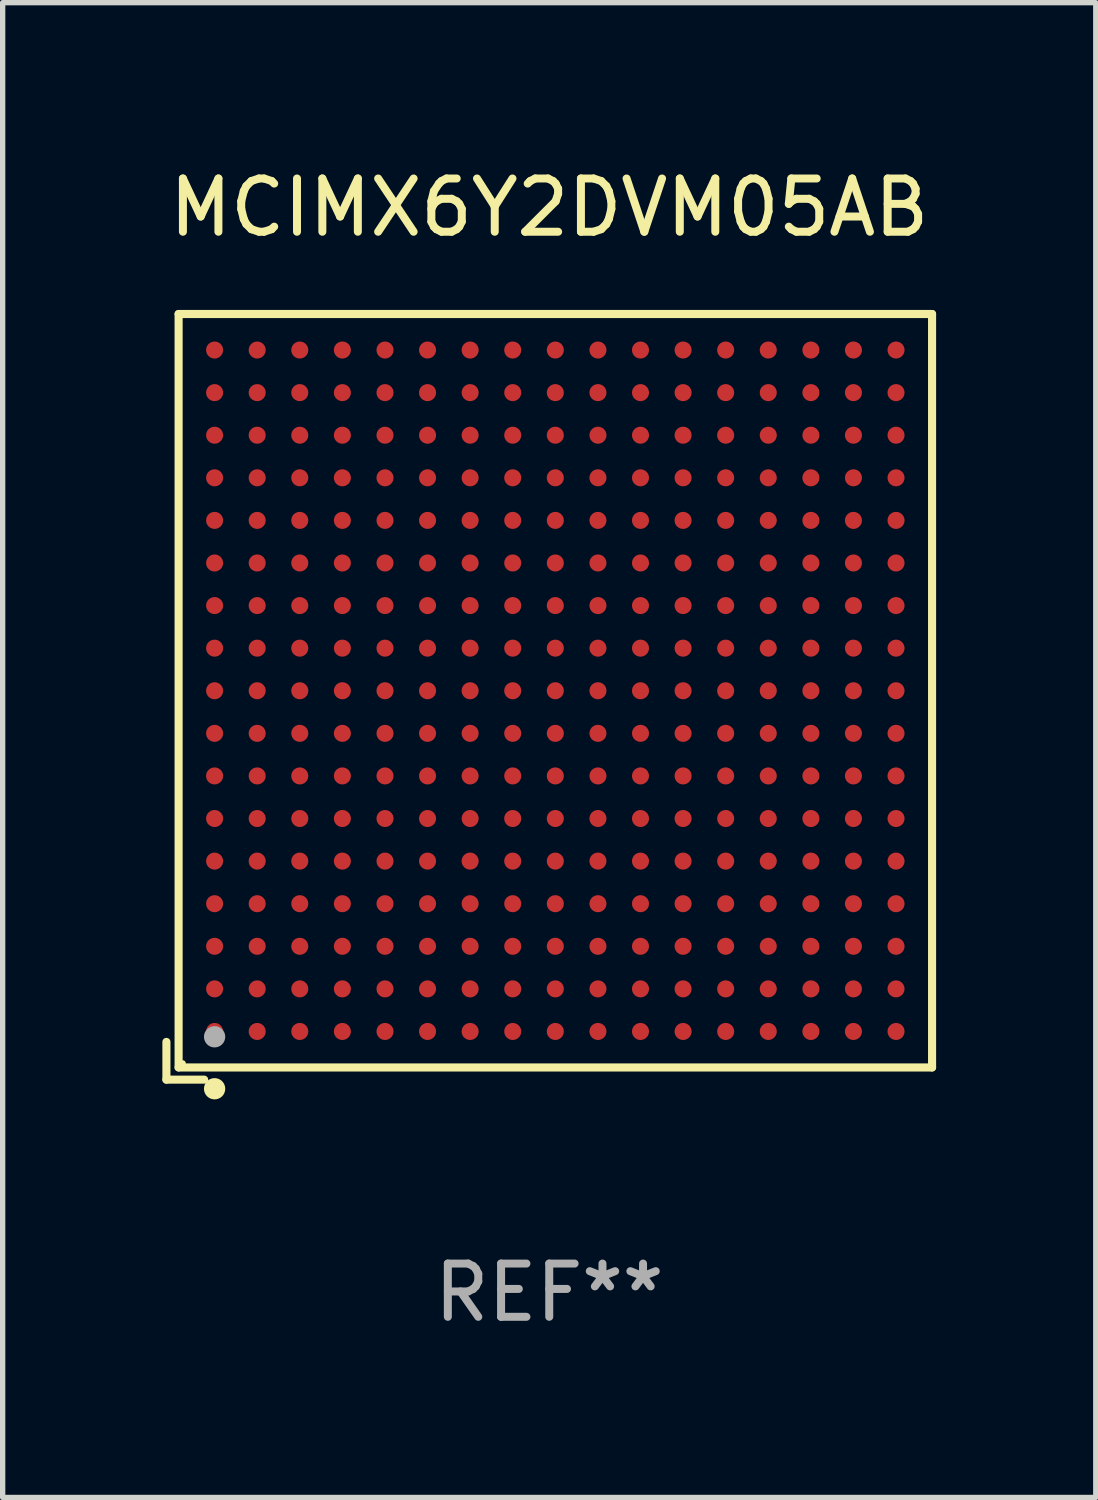
<source format=kicad_pcb>
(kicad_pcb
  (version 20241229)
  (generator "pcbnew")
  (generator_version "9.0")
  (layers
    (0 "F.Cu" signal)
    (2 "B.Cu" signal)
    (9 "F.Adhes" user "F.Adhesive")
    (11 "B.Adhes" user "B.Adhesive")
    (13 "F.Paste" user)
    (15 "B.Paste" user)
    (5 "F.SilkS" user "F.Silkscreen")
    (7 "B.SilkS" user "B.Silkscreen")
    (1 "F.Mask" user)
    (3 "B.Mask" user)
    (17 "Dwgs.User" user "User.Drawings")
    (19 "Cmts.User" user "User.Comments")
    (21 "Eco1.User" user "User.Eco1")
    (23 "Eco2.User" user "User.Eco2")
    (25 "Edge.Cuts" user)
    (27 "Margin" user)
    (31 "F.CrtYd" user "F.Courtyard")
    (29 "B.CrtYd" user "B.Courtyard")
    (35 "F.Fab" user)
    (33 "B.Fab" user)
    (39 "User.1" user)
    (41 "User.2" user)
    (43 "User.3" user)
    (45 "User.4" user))
  (footprint "MCIMX6Y2DVM05AB"
    (layer "F.Cu")
    (at 7.267 10.039)
    (property "Reference" "MCIMX6Y2DVM05AB" (at 0 -9.191 0) (layer "F.SilkS") (effects (font (size 1 1) (thickness 0.15))))
    (attr through_hole)
    (fp_line (start -7.191 6.482) (end -7.191 7.191) (stroke (width 0.152) (type solid)) (layer "F.SilkS"))
    (fp_line (start -7.191 7.191) (end -6.482 7.191) (stroke (width 0.152) (type solid)) (layer "F.SilkS"))
    (fp_line (start -6.962 -7.191) (end 7.191 -7.191) (stroke (width 0.152) (type solid)) (layer "F.SilkS"))
    (fp_line (start -6.962 6.962) (end -6.962 -7.191) (stroke (width 0.152) (type solid)) (layer "F.SilkS"))
    (fp_line (start 7.191 -7.191) (end 7.191 6.962) (stroke (width 0.152) (type solid)) (layer "F.SilkS"))
    (fp_line (start 7.191 6.962) (end -6.962 6.962) (stroke (width 0.152) (type solid)) (layer "F.SilkS"))
    (fp_circle (center -6.886 6.886) (end -6.856 6.886) (stroke (width 0.06) (type solid)) (fill no) (layer "F.SilkS"))
    (fp_circle (center -6.286 7.362) (end -6.186 7.362) (stroke (width 0.2) (type solid)) (fill no) (layer "F.SilkS"))
    (fp_circle (center -6.286 6.386) (end -6.186 6.386) (stroke (width 0.2) (type solid)) (fill no) (layer "F.Fab"))
    (fp_text user "REF**" (at 0 11.191 0) (layer "F.Fab") (effects (font (size 1 1) (thickness 0.15))))
    (pad "A1" smd circle (at -6.286 6.286) (size 0.32 0.32) (layers "F.Cu" "F.Mask" "F.Paste"))
    (pad "A2" smd circle (at -6.286 5.486) (size 0.32 0.32) (layers "F.Cu" "F.Mask" "F.Paste"))
    (pad "A3" smd circle (at -6.286 4.686) (size 0.32 0.32) (layers "F.Cu" "F.Mask" "F.Paste"))
    (pad "A4" smd circle (at -6.286 3.886) (size 0.32 0.32) (layers "F.Cu" "F.Mask" "F.Paste"))
    (pad "A5" smd circle (at -6.286 3.086) (size 0.32 0.32) (layers "F.Cu" "F.Mask" "F.Paste"))
    (pad "A6" smd circle (at -6.286 2.286) (size 0.32 0.32) (layers "F.Cu" "F.Mask" "F.Paste"))
    (pad "A7" smd circle (at -6.286 1.486) (size 0.32 0.32) (layers "F.Cu" "F.Mask" "F.Paste"))
    (pad "A8" smd circle (at -6.286 0.686) (size 0.32 0.32) (layers "F.Cu" "F.Mask" "F.Paste"))
    (pad "A9" smd circle (at -6.286 -0.114) (size 0.32 0.32) (layers "F.Cu" "F.Mask" "F.Paste"))
    (pad "A10" smd circle (at -6.286 -0.914) (size 0.32 0.32) (layers "F.Cu" "F.Mask" "F.Paste"))
    (pad "A11" smd circle (at -6.286 -1.714) (size 0.32 0.32) (layers "F.Cu" "F.Mask" "F.Paste"))
    (pad "A12" smd circle (at -6.286 -2.514) (size 0.32 0.32) (layers "F.Cu" "F.Mask" "F.Paste"))
    (pad "A13" smd circle (at -6.286 -3.314) (size 0.32 0.32) (layers "F.Cu" "F.Mask" "F.Paste"))
    (pad "A14" smd circle (at -6.286 -4.114) (size 0.32 0.32) (layers "F.Cu" "F.Mask" "F.Paste"))
    (pad "A15" smd circle (at -6.286 -4.914) (size 0.32 0.32) (layers "F.Cu" "F.Mask" "F.Paste"))
    (pad "A16" smd circle (at -6.286 -5.714) (size 0.32 0.32) (layers "F.Cu" "F.Mask" "F.Paste"))
    (pad "A17" smd circle (at -6.286 -6.514) (size 0.32 0.32) (layers "F.Cu" "F.Mask" "F.Paste"))
    (pad "B1" smd circle (at -5.486 6.286) (size 0.32 0.32) (layers "F.Cu" "F.Mask" "F.Paste"))
    (pad "B2" smd circle (at -5.486 5.486) (size 0.32 0.32) (layers "F.Cu" "F.Mask" "F.Paste"))
    (pad "B3" smd circle (at -5.486 4.686) (size 0.32 0.32) (layers "F.Cu" "F.Mask" "F.Paste"))
    (pad "B4" smd circle (at -5.486 3.886) (size 0.32 0.32) (layers "F.Cu" "F.Mask" "F.Paste"))
    (pad "B5" smd circle (at -5.486 3.086) (size 0.32 0.32) (layers "F.Cu" "F.Mask" "F.Paste"))
    (pad "B6" smd circle (at -5.486 2.286) (size 0.32 0.32) (layers "F.Cu" "F.Mask" "F.Paste"))
    (pad "B7" smd circle (at -5.486 1.486) (size 0.32 0.32) (layers "F.Cu" "F.Mask" "F.Paste"))
    (pad "B8" smd circle (at -5.486 0.686) (size 0.32 0.32) (layers "F.Cu" "F.Mask" "F.Paste"))
    (pad "B9" smd circle (at -5.486 -0.114) (size 0.32 0.32) (layers "F.Cu" "F.Mask" "F.Paste"))
    (pad "B10" smd circle (at -5.486 -0.914) (size 0.32 0.32) (layers "F.Cu" "F.Mask" "F.Paste"))
    (pad "B11" smd circle (at -5.486 -1.714) (size 0.32 0.32) (layers "F.Cu" "F.Mask" "F.Paste"))
    (pad "B12" smd circle (at -5.486 -2.514) (size 0.32 0.32) (layers "F.Cu" "F.Mask" "F.Paste"))
    (pad "B13" smd circle (at -5.486 -3.314) (size 0.32 0.32) (layers "F.Cu" "F.Mask" "F.Paste"))
    (pad "B14" smd circle (at -5.486 -4.114) (size 0.32 0.32) (layers "F.Cu" "F.Mask" "F.Paste"))
    (pad "B15" smd circle (at -5.486 -4.914) (size 0.32 0.32) (layers "F.Cu" "F.Mask" "F.Paste"))
    (pad "B16" smd circle (at -5.486 -5.714) (size 0.32 0.32) (layers "F.Cu" "F.Mask" "F.Paste"))
    (pad "B17" smd circle (at -5.486 -6.514) (size 0.32 0.32) (layers "F.Cu" "F.Mask" "F.Paste"))
    (pad "C1" smd circle (at -4.686 6.286) (size 0.32 0.32) (layers "F.Cu" "F.Mask" "F.Paste"))
    (pad "C2" smd circle (at -4.686 5.486) (size 0.32 0.32) (layers "F.Cu" "F.Mask" "F.Paste"))
    (pad "C3" smd circle (at -4.686 4.686) (size 0.32 0.32) (layers "F.Cu" "F.Mask" "F.Paste"))
    (pad "C4" smd circle (at -4.686 3.886) (size 0.32 0.32) (layers "F.Cu" "F.Mask" "F.Paste"))
    (pad "C5" smd circle (at -4.686 3.086) (size 0.32 0.32) (layers "F.Cu" "F.Mask" "F.Paste"))
    (pad "C6" smd circle (at -4.686 2.286) (size 0.32 0.32) (layers "F.Cu" "F.Mask" "F.Paste"))
    (pad "C7" smd circle (at -4.686 1.486) (size 0.32 0.32) (layers "F.Cu" "F.Mask" "F.Paste"))
    (pad "C8" smd circle (at -4.686 0.686) (size 0.32 0.32) (layers "F.Cu" "F.Mask" "F.Paste"))
    (pad "C9" smd circle (at -4.686 -0.114) (size 0.32 0.32) (layers "F.Cu" "F.Mask" "F.Paste"))
    (pad "C10" smd circle (at -4.686 -0.914) (size 0.32 0.32) (layers "F.Cu" "F.Mask" "F.Paste"))
    (pad "C11" smd circle (at -4.686 -1.714) (size 0.32 0.32) (layers "F.Cu" "F.Mask" "F.Paste"))
    (pad "C12" smd circle (at -4.686 -2.514) (size 0.32 0.32) (layers "F.Cu" "F.Mask" "F.Paste"))
    (pad "C13" smd circle (at -4.686 -3.314) (size 0.32 0.32) (layers "F.Cu" "F.Mask" "F.Paste"))
    (pad "C14" smd circle (at -4.686 -4.114) (size 0.32 0.32) (layers "F.Cu" "F.Mask" "F.Paste"))
    (pad "C15" smd circle (at -4.686 -4.914) (size 0.32 0.32) (layers "F.Cu" "F.Mask" "F.Paste"))
    (pad "C16" smd circle (at -4.686 -5.714) (size 0.32 0.32) (layers "F.Cu" "F.Mask" "F.Paste"))
    (pad "C17" smd circle (at -4.686 -6.514) (size 0.32 0.32) (layers "F.Cu" "F.Mask" "F.Paste"))
    (pad "D1" smd circle (at -3.886 6.286) (size 0.32 0.32) (layers "F.Cu" "F.Mask" "F.Paste"))
    (pad "D2" smd circle (at -3.886 5.486) (size 0.32 0.32) (layers "F.Cu" "F.Mask" "F.Paste"))
    (pad "D3" smd circle (at -3.886 4.686) (size 0.32 0.32) (layers "F.Cu" "F.Mask" "F.Paste"))
    (pad "D4" smd circle (at -3.886 3.886) (size 0.32 0.32) (layers "F.Cu" "F.Mask" "F.Paste"))
    (pad "D5" smd circle (at -3.886 3.086) (size 0.32 0.32) (layers "F.Cu" "F.Mask" "F.Paste"))
    (pad "D6" smd circle (at -3.886 2.286) (size 0.32 0.32) (layers "F.Cu" "F.Mask" "F.Paste"))
    (pad "D7" smd circle (at -3.886 1.486) (size 0.32 0.32) (layers "F.Cu" "F.Mask" "F.Paste"))
    (pad "D8" smd circle (at -3.886 0.686) (size 0.32 0.32) (layers "F.Cu" "F.Mask" "F.Paste"))
    (pad "D9" smd circle (at -3.886 -0.114) (size 0.32 0.32) (layers "F.Cu" "F.Mask" "F.Paste"))
    (pad "D10" smd circle (at -3.886 -0.914) (size 0.32 0.32) (layers "F.Cu" "F.Mask" "F.Paste"))
    (pad "D11" smd circle (at -3.886 -1.714) (size 0.32 0.32) (layers "F.Cu" "F.Mask" "F.Paste"))
    (pad "D12" smd circle (at -3.886 -2.514) (size 0.32 0.32) (layers "F.Cu" "F.Mask" "F.Paste"))
    (pad "D13" smd circle (at -3.886 -3.314) (size 0.32 0.32) (layers "F.Cu" "F.Mask" "F.Paste"))
    (pad "D14" smd circle (at -3.886 -4.114) (size 0.32 0.32) (layers "F.Cu" "F.Mask" "F.Paste"))
    (pad "D15" smd circle (at -3.886 -4.914) (size 0.32 0.32) (layers "F.Cu" "F.Mask" "F.Paste"))
    (pad "D16" smd circle (at -3.886 -5.714) (size 0.32 0.32) (layers "F.Cu" "F.Mask" "F.Paste"))
    (pad "D17" smd circle (at -3.886 -6.514) (size 0.32 0.32) (layers "F.Cu" "F.Mask" "F.Paste"))
    (pad "E1" smd circle (at -3.085 6.286) (size 0.32 0.32) (layers "F.Cu" "F.Mask" "F.Paste"))
    (pad "E2" smd circle (at -3.085 5.486) (size 0.32 0.32) (layers "F.Cu" "F.Mask" "F.Paste"))
    (pad "E3" smd circle (at -3.085 4.686) (size 0.32 0.32) (layers "F.Cu" "F.Mask" "F.Paste"))
    (pad "E4" smd circle (at -3.085 3.886) (size 0.32 0.32) (layers "F.Cu" "F.Mask" "F.Paste"))
    (pad "E5" smd circle (at -3.085 3.086) (size 0.32 0.32) (layers "F.Cu" "F.Mask" "F.Paste"))
    (pad "E6" smd circle (at -3.085 2.286) (size 0.32 0.32) (layers "F.Cu" "F.Mask" "F.Paste"))
    (pad "E7" smd circle (at -3.085 1.486) (size 0.32 0.32) (layers "F.Cu" "F.Mask" "F.Paste"))
    (pad "E8" smd circle (at -3.085 0.686) (size 0.32 0.32) (layers "F.Cu" "F.Mask" "F.Paste"))
    (pad "E9" smd circle (at -3.085 -0.114) (size 0.32 0.32) (layers "F.Cu" "F.Mask" "F.Paste"))
    (pad "E10" smd circle (at -3.085 -0.914) (size 0.32 0.32) (layers "F.Cu" "F.Mask" "F.Paste"))
    (pad "E11" smd circle (at -3.085 -1.714) (size 0.32 0.32) (layers "F.Cu" "F.Mask" "F.Paste"))
    (pad "E12" smd circle (at -3.085 -2.514) (size 0.32 0.32) (layers "F.Cu" "F.Mask" "F.Paste"))
    (pad "E13" smd circle (at -3.085 -3.314) (size 0.32 0.32) (layers "F.Cu" "F.Mask" "F.Paste"))
    (pad "E14" smd circle (at -3.085 -4.114) (size 0.32 0.32) (layers "F.Cu" "F.Mask" "F.Paste"))
    (pad "E15" smd circle (at -3.085 -4.914) (size 0.32 0.32) (layers "F.Cu" "F.Mask" "F.Paste"))
    (pad "E16" smd circle (at -3.085 -5.714) (size 0.32 0.32) (layers "F.Cu" "F.Mask" "F.Paste"))
    (pad "E17" smd circle (at -3.085 -6.514) (size 0.32 0.32) (layers "F.Cu" "F.Mask" "F.Paste"))
    (pad "F1" smd circle (at -2.286 6.286) (size 0.32 0.32) (layers "F.Cu" "F.Mask" "F.Paste"))
    (pad "F2" smd circle (at -2.286 5.486) (size 0.32 0.32) (layers "F.Cu" "F.Mask" "F.Paste"))
    (pad "F3" smd circle (at -2.286 4.686) (size 0.32 0.32) (layers "F.Cu" "F.Mask" "F.Paste"))
    (pad "F4" smd circle (at -2.286 3.886) (size 0.32 0.32) (layers "F.Cu" "F.Mask" "F.Paste"))
    (pad "F5" smd circle (at -2.286 3.086) (size 0.32 0.32) (layers "F.Cu" "F.Mask" "F.Paste"))
    (pad "F6" smd circle (at -2.286 2.286) (size 0.32 0.32) (layers "F.Cu" "F.Mask" "F.Paste"))
    (pad "F7" smd circle (at -2.286 1.486) (size 0.32 0.32) (layers "F.Cu" "F.Mask" "F.Paste"))
    (pad "F8" smd circle (at -2.286 0.686) (size 0.32 0.32) (layers "F.Cu" "F.Mask" "F.Paste"))
    (pad "F9" smd circle (at -2.286 -0.114) (size 0.32 0.32) (layers "F.Cu" "F.Mask" "F.Paste"))
    (pad "F10" smd circle (at -2.286 -0.914) (size 0.32 0.32) (layers "F.Cu" "F.Mask" "F.Paste"))
    (pad "F11" smd circle (at -2.286 -1.714) (size 0.32 0.32) (layers "F.Cu" "F.Mask" "F.Paste"))
    (pad "F12" smd circle (at -2.286 -2.514) (size 0.32 0.32) (layers "F.Cu" "F.Mask" "F.Paste"))
    (pad "F13" smd circle (at -2.286 -3.314) (size 0.32 0.32) (layers "F.Cu" "F.Mask" "F.Paste"))
    (pad "F14" smd circle (at -2.286 -4.114) (size 0.32 0.32) (layers "F.Cu" "F.Mask" "F.Paste"))
    (pad "F15" smd circle (at -2.286 -4.914) (size 0.32 0.32) (layers "F.Cu" "F.Mask" "F.Paste"))
    (pad "F16" smd circle (at -2.286 -5.714) (size 0.32 0.32) (layers "F.Cu" "F.Mask" "F.Paste"))
    (pad "F17" smd circle (at -2.286 -6.514) (size 0.32 0.32) (layers "F.Cu" "F.Mask" "F.Paste"))
    (pad "G1" smd circle (at -1.486 6.286) (size 0.32 0.32) (layers "F.Cu" "F.Mask" "F.Paste"))
    (pad "G2" smd circle (at -1.486 5.486) (size 0.32 0.32) (layers "F.Cu" "F.Mask" "F.Paste"))
    (pad "G3" smd circle (at -1.486 4.686) (size 0.32 0.32) (layers "F.Cu" "F.Mask" "F.Paste"))
    (pad "G4" smd circle (at -1.486 3.886) (size 0.32 0.32) (layers "F.Cu" "F.Mask" "F.Paste"))
    (pad "G5" smd circle (at -1.486 3.086) (size 0.32 0.32) (layers "F.Cu" "F.Mask" "F.Paste"))
    (pad "G6" smd circle (at -1.486 2.286) (size 0.32 0.32) (layers "F.Cu" "F.Mask" "F.Paste"))
    (pad "G7" smd circle (at -1.486 1.486) (size 0.32 0.32) (layers "F.Cu" "F.Mask" "F.Paste"))
    (pad "G8" smd circle (at -1.486 0.686) (size 0.32 0.32) (layers "F.Cu" "F.Mask" "F.Paste"))
    (pad "G9" smd circle (at -1.486 -0.114) (size 0.32 0.32) (layers "F.Cu" "F.Mask" "F.Paste"))
    (pad "G10" smd circle (at -1.486 -0.914) (size 0.32 0.32) (layers "F.Cu" "F.Mask" "F.Paste"))
    (pad "G11" smd circle (at -1.486 -1.714) (size 0.32 0.32) (layers "F.Cu" "F.Mask" "F.Paste"))
    (pad "G12" smd circle (at -1.486 -2.514) (size 0.32 0.32) (layers "F.Cu" "F.Mask" "F.Paste"))
    (pad "G13" smd circle (at -1.486 -3.314) (size 0.32 0.32) (layers "F.Cu" "F.Mask" "F.Paste"))
    (pad "G14" smd circle (at -1.486 -4.114) (size 0.32 0.32) (layers "F.Cu" "F.Mask" "F.Paste"))
    (pad "G15" smd circle (at -1.486 -4.914) (size 0.32 0.32) (layers "F.Cu" "F.Mask" "F.Paste"))
    (pad "G16" smd circle (at -1.486 -5.714) (size 0.32 0.32) (layers "F.Cu" "F.Mask" "F.Paste"))
    (pad "G17" smd circle (at -1.486 -6.514) (size 0.32 0.32) (layers "F.Cu" "F.Mask" "F.Paste"))
    (pad "H1" smd circle (at -0.686 6.286) (size 0.32 0.32) (layers "F.Cu" "F.Mask" "F.Paste"))
    (pad "H2" smd circle (at -0.686 5.486) (size 0.32 0.32) (layers "F.Cu" "F.Mask" "F.Paste"))
    (pad "H3" smd circle (at -0.686 4.686) (size 0.32 0.32) (layers "F.Cu" "F.Mask" "F.Paste"))
    (pad "H4" smd circle (at -0.686 3.886) (size 0.32 0.32) (layers "F.Cu" "F.Mask" "F.Paste"))
    (pad "H5" smd circle (at -0.686 3.086) (size 0.32 0.32) (layers "F.Cu" "F.Mask" "F.Paste"))
    (pad "H6" smd circle (at -0.686 2.286) (size 0.32 0.32) (layers "F.Cu" "F.Mask" "F.Paste"))
    (pad "H7" smd circle (at -0.686 1.486) (size 0.32 0.32) (layers "F.Cu" "F.Mask" "F.Paste"))
    (pad "H8" smd circle (at -0.686 0.686) (size 0.32 0.32) (layers "F.Cu" "F.Mask" "F.Paste"))
    (pad "H9" smd circle (at -0.686 -0.114) (size 0.32 0.32) (layers "F.Cu" "F.Mask" "F.Paste"))
    (pad "H10" smd circle (at -0.686 -0.914) (size 0.32 0.32) (layers "F.Cu" "F.Mask" "F.Paste"))
    (pad "H11" smd circle (at -0.686 -1.714) (size 0.32 0.32) (layers "F.Cu" "F.Mask" "F.Paste"))
    (pad "H12" smd circle (at -0.686 -2.514) (size 0.32 0.32) (layers "F.Cu" "F.Mask" "F.Paste"))
    (pad "H13" smd circle (at -0.686 -3.314) (size 0.32 0.32) (layers "F.Cu" "F.Mask" "F.Paste"))
    (pad "H14" smd circle (at -0.686 -4.114) (size 0.32 0.32) (layers "F.Cu" "F.Mask" "F.Paste"))
    (pad "H15" smd circle (at -0.686 -4.914) (size 0.32 0.32) (layers "F.Cu" "F.Mask" "F.Paste"))
    (pad "H16" smd circle (at -0.686 -5.714) (size 0.32 0.32) (layers "F.Cu" "F.Mask" "F.Paste"))
    (pad "H17" smd circle (at -0.686 -6.514) (size 0.32 0.32) (layers "F.Cu" "F.Mask" "F.Paste"))
    (pad "J1" smd circle (at 0.114 6.286) (size 0.32 0.32) (layers "F.Cu" "F.Mask" "F.Paste"))
    (pad "J2" smd circle (at 0.114 5.486) (size 0.32 0.32) (layers "F.Cu" "F.Mask" "F.Paste"))
    (pad "J3" smd circle (at 0.114 4.686) (size 0.32 0.32) (layers "F.Cu" "F.Mask" "F.Paste"))
    (pad "J4" smd circle (at 0.114 3.886) (size 0.32 0.32) (layers "F.Cu" "F.Mask" "F.Paste"))
    (pad "J5" smd circle (at 0.114 3.086) (size 0.32 0.32) (layers "F.Cu" "F.Mask" "F.Paste"))
    (pad "J6" smd circle (at 0.114 2.286) (size 0.32 0.32) (layers "F.Cu" "F.Mask" "F.Paste"))
    (pad "J7" smd circle (at 0.114 1.486) (size 0.32 0.32) (layers "F.Cu" "F.Mask" "F.Paste"))
    (pad "J8" smd circle (at 0.114 0.686) (size 0.32 0.32) (layers "F.Cu" "F.Mask" "F.Paste"))
    (pad "J9" smd circle (at 0.114 -0.114) (size 0.32 0.32) (layers "F.Cu" "F.Mask" "F.Paste"))
    (pad "J10" smd circle (at 0.114 -0.914) (size 0.32 0.32) (layers "F.Cu" "F.Mask" "F.Paste"))
    (pad "J11" smd circle (at 0.114 -1.714) (size 0.32 0.32) (layers "F.Cu" "F.Mask" "F.Paste"))
    (pad "J12" smd circle (at 0.114 -2.514) (size 0.32 0.32) (layers "F.Cu" "F.Mask" "F.Paste"))
    (pad "J13" smd circle (at 0.114 -3.314) (size 0.32 0.32) (layers "F.Cu" "F.Mask" "F.Paste"))
    (pad "J14" smd circle (at 0.114 -4.114) (size 0.32 0.32) (layers "F.Cu" "F.Mask" "F.Paste"))
    (pad "J15" smd circle (at 0.114 -4.914) (size 0.32 0.32) (layers "F.Cu" "F.Mask" "F.Paste"))
    (pad "J16" smd circle (at 0.114 -5.714) (size 0.32 0.32) (layers "F.Cu" "F.Mask" "F.Paste"))
    (pad "J17" smd circle (at 0.114 -6.514) (size 0.32 0.32) (layers "F.Cu" "F.Mask" "F.Paste"))
    (pad "K1" smd circle (at 0.915 6.286) (size 0.32 0.32) (layers "F.Cu" "F.Mask" "F.Paste"))
    (pad "K2" smd circle (at 0.915 5.486) (size 0.32 0.32) (layers "F.Cu" "F.Mask" "F.Paste"))
    (pad "K3" smd circle (at 0.915 4.686) (size 0.32 0.32) (layers "F.Cu" "F.Mask" "F.Paste"))
    (pad "K4" smd circle (at 0.915 3.886) (size 0.32 0.32) (layers "F.Cu" "F.Mask" "F.Paste"))
    (pad "K5" smd circle (at 0.915 3.086) (size 0.32 0.32) (layers "F.Cu" "F.Mask" "F.Paste"))
    (pad "K6" smd circle (at 0.915 2.286) (size 0.32 0.32) (layers "F.Cu" "F.Mask" "F.Paste"))
    (pad "K7" smd circle (at 0.915 1.486) (size 0.32 0.32) (layers "F.Cu" "F.Mask" "F.Paste"))
    (pad "K8" smd circle (at 0.915 0.686) (size 0.32 0.32) (layers "F.Cu" "F.Mask" "F.Paste"))
    (pad "K9" smd circle (at 0.915 -0.114) (size 0.32 0.32) (layers "F.Cu" "F.Mask" "F.Paste"))
    (pad "K10" smd circle (at 0.915 -0.914) (size 0.32 0.32) (layers "F.Cu" "F.Mask" "F.Paste"))
    (pad "K11" smd circle (at 0.915 -1.714) (size 0.32 0.32) (layers "F.Cu" "F.Mask" "F.Paste"))
    (pad "K12" smd circle (at 0.915 -2.514) (size 0.32 0.32) (layers "F.Cu" "F.Mask" "F.Paste"))
    (pad "K13" smd circle (at 0.915 -3.314) (size 0.32 0.32) (layers "F.Cu" "F.Mask" "F.Paste"))
    (pad "K14" smd circle (at 0.915 -4.114) (size 0.32 0.32) (layers "F.Cu" "F.Mask" "F.Paste"))
    (pad "K15" smd circle (at 0.915 -4.914) (size 0.32 0.32) (layers "F.Cu" "F.Mask" "F.Paste"))
    (pad "K16" smd circle (at 0.915 -5.714) (size 0.32 0.32) (layers "F.Cu" "F.Mask" "F.Paste"))
    (pad "K17" smd circle (at 0.915 -6.514) (size 0.32 0.32) (layers "F.Cu" "F.Mask" "F.Paste"))
    (pad "L1" smd circle (at 1.714 6.286) (size 0.32 0.32) (layers "F.Cu" "F.Mask" "F.Paste"))
    (pad "L2" smd circle (at 1.714 5.486) (size 0.32 0.32) (layers "F.Cu" "F.Mask" "F.Paste"))
    (pad "L3" smd circle (at 1.714 4.686) (size 0.32 0.32) (layers "F.Cu" "F.Mask" "F.Paste"))
    (pad "L4" smd circle (at 1.714 3.886) (size 0.32 0.32) (layers "F.Cu" "F.Mask" "F.Paste"))
    (pad "L5" smd circle (at 1.714 3.086) (size 0.32 0.32) (layers "F.Cu" "F.Mask" "F.Paste"))
    (pad "L6" smd circle (at 1.714 2.286) (size 0.32 0.32) (layers "F.Cu" "F.Mask" "F.Paste"))
    (pad "L7" smd circle (at 1.714 1.486) (size 0.32 0.32) (layers "F.Cu" "F.Mask" "F.Paste"))
    (pad "L8" smd circle (at 1.714 0.686) (size 0.32 0.32) (layers "F.Cu" "F.Mask" "F.Paste"))
    (pad "L9" smd circle (at 1.714 -0.114) (size 0.32 0.32) (layers "F.Cu" "F.Mask" "F.Paste"))
    (pad "L10" smd circle (at 1.714 -0.914) (size 0.32 0.32) (layers "F.Cu" "F.Mask" "F.Paste"))
    (pad "L11" smd circle (at 1.714 -1.714) (size 0.32 0.32) (layers "F.Cu" "F.Mask" "F.Paste"))
    (pad "L12" smd circle (at 1.714 -2.514) (size 0.32 0.32) (layers "F.Cu" "F.Mask" "F.Paste"))
    (pad "L13" smd circle (at 1.714 -3.314) (size 0.32 0.32) (layers "F.Cu" "F.Mask" "F.Paste"))
    (pad "L14" smd circle (at 1.714 -4.114) (size 0.32 0.32) (layers "F.Cu" "F.Mask" "F.Paste"))
    (pad "L15" smd circle (at 1.714 -4.914) (size 0.32 0.32) (layers "F.Cu" "F.Mask" "F.Paste"))
    (pad "L16" smd circle (at 1.714 -5.714) (size 0.32 0.32) (layers "F.Cu" "F.Mask" "F.Paste"))
    (pad "L17" smd circle (at 1.714 -6.514) (size 0.32 0.32) (layers "F.Cu" "F.Mask" "F.Paste"))
    (pad "M1" smd circle (at 2.514 6.286) (size 0.32 0.32) (layers "F.Cu" "F.Mask" "F.Paste"))
    (pad "M2" smd circle (at 2.514 5.486) (size 0.32 0.32) (layers "F.Cu" "F.Mask" "F.Paste"))
    (pad "M3" smd circle (at 2.514 4.686) (size 0.32 0.32) (layers "F.Cu" "F.Mask" "F.Paste"))
    (pad "M4" smd circle (at 2.514 3.886) (size 0.32 0.32) (layers "F.Cu" "F.Mask" "F.Paste"))
    (pad "M5" smd circle (at 2.514 3.086) (size 0.32 0.32) (layers "F.Cu" "F.Mask" "F.Paste"))
    (pad "M6" smd circle (at 2.514 2.286) (size 0.32 0.32) (layers "F.Cu" "F.Mask" "F.Paste"))
    (pad "M7" smd circle (at 2.514 1.486) (size 0.32 0.32) (layers "F.Cu" "F.Mask" "F.Paste"))
    (pad "M8" smd circle (at 2.514 0.686) (size 0.32 0.32) (layers "F.Cu" "F.Mask" "F.Paste"))
    (pad "M9" smd circle (at 2.514 -0.114) (size 0.32 0.32) (layers "F.Cu" "F.Mask" "F.Paste"))
    (pad "M10" smd circle (at 2.514 -0.914) (size 0.32 0.32) (layers "F.Cu" "F.Mask" "F.Paste"))
    (pad "M11" smd circle (at 2.514 -1.714) (size 0.32 0.32) (layers "F.Cu" "F.Mask" "F.Paste"))
    (pad "M12" smd circle (at 2.514 -2.514) (size 0.32 0.32) (layers "F.Cu" "F.Mask" "F.Paste"))
    (pad "M13" smd circle (at 2.514 -3.314) (size 0.32 0.32) (layers "F.Cu" "F.Mask" "F.Paste"))
    (pad "M14" smd circle (at 2.514 -4.114) (size 0.32 0.32) (layers "F.Cu" "F.Mask" "F.Paste"))
    (pad "M15" smd circle (at 2.514 -4.914) (size 0.32 0.32) (layers "F.Cu" "F.Mask" "F.Paste"))
    (pad "M16" smd circle (at 2.514 -5.714) (size 0.32 0.32) (layers "F.Cu" "F.Mask" "F.Paste"))
    (pad "M17" smd circle (at 2.514 -6.514) (size 0.32 0.32) (layers "F.Cu" "F.Mask" "F.Paste"))
    (pad "N1" smd circle (at 3.314 6.286) (size 0.32 0.32) (layers "F.Cu" "F.Mask" "F.Paste"))
    (pad "N2" smd circle (at 3.314 5.486) (size 0.32 0.32) (layers "F.Cu" "F.Mask" "F.Paste"))
    (pad "N3" smd circle (at 3.314 4.686) (size 0.32 0.32) (layers "F.Cu" "F.Mask" "F.Paste"))
    (pad "N4" smd circle (at 3.314 3.886) (size 0.32 0.32) (layers "F.Cu" "F.Mask" "F.Paste"))
    (pad "N5" smd circle (at 3.314 3.086) (size 0.32 0.32) (layers "F.Cu" "F.Mask" "F.Paste"))
    (pad "N6" smd circle (at 3.314 2.286) (size 0.32 0.32) (layers "F.Cu" "F.Mask" "F.Paste"))
    (pad "N7" smd circle (at 3.314 1.486) (size 0.32 0.32) (layers "F.Cu" "F.Mask" "F.Paste"))
    (pad "N8" smd circle (at 3.314 0.686) (size 0.32 0.32) (layers "F.Cu" "F.Mask" "F.Paste"))
    (pad "N9" smd circle (at 3.314 -0.114) (size 0.32 0.32) (layers "F.Cu" "F.Mask" "F.Paste"))
    (pad "N10" smd circle (at 3.314 -0.914) (size 0.32 0.32) (layers "F.Cu" "F.Mask" "F.Paste"))
    (pad "N11" smd circle (at 3.314 -1.714) (size 0.32 0.32) (layers "F.Cu" "F.Mask" "F.Paste"))
    (pad "N12" smd circle (at 3.314 -2.514) (size 0.32 0.32) (layers "F.Cu" "F.Mask" "F.Paste"))
    (pad "N13" smd circle (at 3.314 -3.314) (size 0.32 0.32) (layers "F.Cu" "F.Mask" "F.Paste"))
    (pad "N14" smd circle (at 3.314 -4.114) (size 0.32 0.32) (layers "F.Cu" "F.Mask" "F.Paste"))
    (pad "N15" smd circle (at 3.314 -4.914) (size 0.32 0.32) (layers "F.Cu" "F.Mask" "F.Paste"))
    (pad "N16" smd circle (at 3.314 -5.714) (size 0.32 0.32) (layers "F.Cu" "F.Mask" "F.Paste"))
    (pad "N17" smd circle (at 3.314 -6.514) (size 0.32 0.32) (layers "F.Cu" "F.Mask" "F.Paste"))
    (pad "P1" smd circle (at 4.114 6.286) (size 0.32 0.32) (layers "F.Cu" "F.Mask" "F.Paste"))
    (pad "P2" smd circle (at 4.114 5.486) (size 0.32 0.32) (layers "F.Cu" "F.Mask" "F.Paste"))
    (pad "P3" smd circle (at 4.114 4.686) (size 0.32 0.32) (layers "F.Cu" "F.Mask" "F.Paste"))
    (pad "P4" smd circle (at 4.114 3.886) (size 0.32 0.32) (layers "F.Cu" "F.Mask" "F.Paste"))
    (pad "P5" smd circle (at 4.114 3.086) (size 0.32 0.32) (layers "F.Cu" "F.Mask" "F.Paste"))
    (pad "P6" smd circle (at 4.114 2.286) (size 0.32 0.32) (layers "F.Cu" "F.Mask" "F.Paste"))
    (pad "P7" smd circle (at 4.114 1.486) (size 0.32 0.32) (layers "F.Cu" "F.Mask" "F.Paste"))
    (pad "P8" smd circle (at 4.114 0.686) (size 0.32 0.32) (layers "F.Cu" "F.Mask" "F.Paste"))
    (pad "P9" smd circle (at 4.114 -0.114) (size 0.32 0.32) (layers "F.Cu" "F.Mask" "F.Paste"))
    (pad "P10" smd circle (at 4.114 -0.914) (size 0.32 0.32) (layers "F.Cu" "F.Mask" "F.Paste"))
    (pad "P11" smd circle (at 4.114 -1.714) (size 0.32 0.32) (layers "F.Cu" "F.Mask" "F.Paste"))
    (pad "P12" smd circle (at 4.114 -2.514) (size 0.32 0.32) (layers "F.Cu" "F.Mask" "F.Paste"))
    (pad "P13" smd circle (at 4.114 -3.314) (size 0.32 0.32) (layers "F.Cu" "F.Mask" "F.Paste"))
    (pad "P14" smd circle (at 4.114 -4.114) (size 0.32 0.32) (layers "F.Cu" "F.Mask" "F.Paste"))
    (pad "P15" smd circle (at 4.114 -4.914) (size 0.32 0.32) (layers "F.Cu" "F.Mask" "F.Paste"))
    (pad "P16" smd circle (at 4.114 -5.714) (size 0.32 0.32) (layers "F.Cu" "F.Mask" "F.Paste"))
    (pad "P17" smd circle (at 4.114 -6.514) (size 0.32 0.32) (layers "F.Cu" "F.Mask" "F.Paste"))
    (pad "R1" smd circle (at 4.915 6.286) (size 0.32 0.32) (layers "F.Cu" "F.Mask" "F.Paste"))
    (pad "R2" smd circle (at 4.915 5.486) (size 0.32 0.32) (layers "F.Cu" "F.Mask" "F.Paste"))
    (pad "R3" smd circle (at 4.915 4.686) (size 0.32 0.32) (layers "F.Cu" "F.Mask" "F.Paste"))
    (pad "R4" smd circle (at 4.915 3.886) (size 0.32 0.32) (layers "F.Cu" "F.Mask" "F.Paste"))
    (pad "R5" smd circle (at 4.915 3.086) (size 0.32 0.32) (layers "F.Cu" "F.Mask" "F.Paste"))
    (pad "R6" smd circle (at 4.915 2.286) (size 0.32 0.32) (layers "F.Cu" "F.Mask" "F.Paste"))
    (pad "R7" smd circle (at 4.915 1.486) (size 0.32 0.32) (layers "F.Cu" "F.Mask" "F.Paste"))
    (pad "R8" smd circle (at 4.915 0.686) (size 0.32 0.32) (layers "F.Cu" "F.Mask" "F.Paste"))
    (pad "R9" smd circle (at 4.915 -0.114) (size 0.32 0.32) (layers "F.Cu" "F.Mask" "F.Paste"))
    (pad "R10" smd circle (at 4.915 -0.914) (size 0.32 0.32) (layers "F.Cu" "F.Mask" "F.Paste"))
    (pad "R11" smd circle (at 4.915 -1.714) (size 0.32 0.32) (layers "F.Cu" "F.Mask" "F.Paste"))
    (pad "R12" smd circle (at 4.915 -2.514) (size 0.32 0.32) (layers "F.Cu" "F.Mask" "F.Paste"))
    (pad "R13" smd circle (at 4.915 -3.314) (size 0.32 0.32) (layers "F.Cu" "F.Mask" "F.Paste"))
    (pad "R14" smd circle (at 4.915 -4.114) (size 0.32 0.32) (layers "F.Cu" "F.Mask" "F.Paste"))
    (pad "R15" smd circle (at 4.915 -4.914) (size 0.32 0.32) (layers "F.Cu" "F.Mask" "F.Paste"))
    (pad "R16" smd circle (at 4.915 -5.714) (size 0.32 0.32) (layers "F.Cu" "F.Mask" "F.Paste"))
    (pad "R17" smd circle (at 4.915 -6.514) (size 0.32 0.32) (layers "F.Cu" "F.Mask" "F.Paste"))
    (pad "T1" smd circle (at 5.714 6.286) (size 0.32 0.32) (layers "F.Cu" "F.Mask" "F.Paste"))
    (pad "T2" smd circle (at 5.714 5.486) (size 0.32 0.32) (layers "F.Cu" "F.Mask" "F.Paste"))
    (pad "T3" smd circle (at 5.714 4.686) (size 0.32 0.32) (layers "F.Cu" "F.Mask" "F.Paste"))
    (pad "T4" smd circle (at 5.714 3.886) (size 0.32 0.32) (layers "F.Cu" "F.Mask" "F.Paste"))
    (pad "T5" smd circle (at 5.714 3.086) (size 0.32 0.32) (layers "F.Cu" "F.Mask" "F.Paste"))
    (pad "T6" smd circle (at 5.714 2.286) (size 0.32 0.32) (layers "F.Cu" "F.Mask" "F.Paste"))
    (pad "T7" smd circle (at 5.714 1.486) (size 0.32 0.32) (layers "F.Cu" "F.Mask" "F.Paste"))
    (pad "T8" smd circle (at 5.714 0.686) (size 0.32 0.32) (layers "F.Cu" "F.Mask" "F.Paste"))
    (pad "T9" smd circle (at 5.714 -0.114) (size 0.32 0.32) (layers "F.Cu" "F.Mask" "F.Paste"))
    (pad "T10" smd circle (at 5.714 -0.914) (size 0.32 0.32) (layers "F.Cu" "F.Mask" "F.Paste"))
    (pad "T11" smd circle (at 5.714 -1.714) (size 0.32 0.32) (layers "F.Cu" "F.Mask" "F.Paste"))
    (pad "T12" smd circle (at 5.714 -2.514) (size 0.32 0.32) (layers "F.Cu" "F.Mask" "F.Paste"))
    (pad "T13" smd circle (at 5.714 -3.314) (size 0.32 0.32) (layers "F.Cu" "F.Mask" "F.Paste"))
    (pad "T14" smd circle (at 5.714 -4.114) (size 0.32 0.32) (layers "F.Cu" "F.Mask" "F.Paste"))
    (pad "T15" smd circle (at 5.714 -4.914) (size 0.32 0.32) (layers "F.Cu" "F.Mask" "F.Paste"))
    (pad "T16" smd circle (at 5.714 -5.714) (size 0.32 0.32) (layers "F.Cu" "F.Mask" "F.Paste"))
    (pad "T17" smd circle (at 5.714 -6.514) (size 0.32 0.32) (layers "F.Cu" "F.Mask" "F.Paste"))
    (pad "U1" smd circle (at 6.514 6.286) (size 0.32 0.32) (layers "F.Cu" "F.Mask" "F.Paste"))
    (pad "U2" smd circle (at 6.514 5.486) (size 0.32 0.32) (layers "F.Cu" "F.Mask" "F.Paste"))
    (pad "U3" smd circle (at 6.514 4.686) (size 0.32 0.32) (layers "F.Cu" "F.Mask" "F.Paste"))
    (pad "U4" smd circle (at 6.514 3.886) (size 0.32 0.32) (layers "F.Cu" "F.Mask" "F.Paste"))
    (pad "U5" smd circle (at 6.514 3.086) (size 0.32 0.32) (layers "F.Cu" "F.Mask" "F.Paste"))
    (pad "U6" smd circle (at 6.514 2.286) (size 0.32 0.32) (layers "F.Cu" "F.Mask" "F.Paste"))
    (pad "U7" smd circle (at 6.514 1.486) (size 0.32 0.32) (layers "F.Cu" "F.Mask" "F.Paste"))
    (pad "U8" smd circle (at 6.514 0.686) (size 0.32 0.32) (layers "F.Cu" "F.Mask" "F.Paste"))
    (pad "U9" smd circle (at 6.514 -0.114) (size 0.32 0.32) (layers "F.Cu" "F.Mask" "F.Paste"))
    (pad "U10" smd circle (at 6.514 -0.914) (size 0.32 0.32) (layers "F.Cu" "F.Mask" "F.Paste"))
    (pad "U11" smd circle (at 6.514 -1.714) (size 0.32 0.32) (layers "F.Cu" "F.Mask" "F.Paste"))
    (pad "U12" smd circle (at 6.514 -2.514) (size 0.32 0.32) (layers "F.Cu" "F.Mask" "F.Paste"))
    (pad "U13" smd circle (at 6.514 -3.314) (size 0.32 0.32) (layers "F.Cu" "F.Mask" "F.Paste"))
    (pad "U14" smd circle (at 6.514 -4.114) (size 0.32 0.32) (layers "F.Cu" "F.Mask" "F.Paste"))
    (pad "U15" smd circle (at 6.514 -4.914) (size 0.32 0.32) (layers "F.Cu" "F.Mask" "F.Paste"))
    (pad "U16" smd circle (at 6.514 -5.714) (size 0.32 0.32) (layers "F.Cu" "F.Mask" "F.Paste"))
    (pad "U17" smd circle (at 6.514 -6.514) (size 0.32 0.32) (layers "F.Cu" "F.Mask" "F.Paste")))
  (gr_rect
    (start -3 -3)
    (end 17.533 25.078)
    (stroke (width 0.1) (type default))
    (fill no)
    (layer "Edge.Cuts")))
</source>
